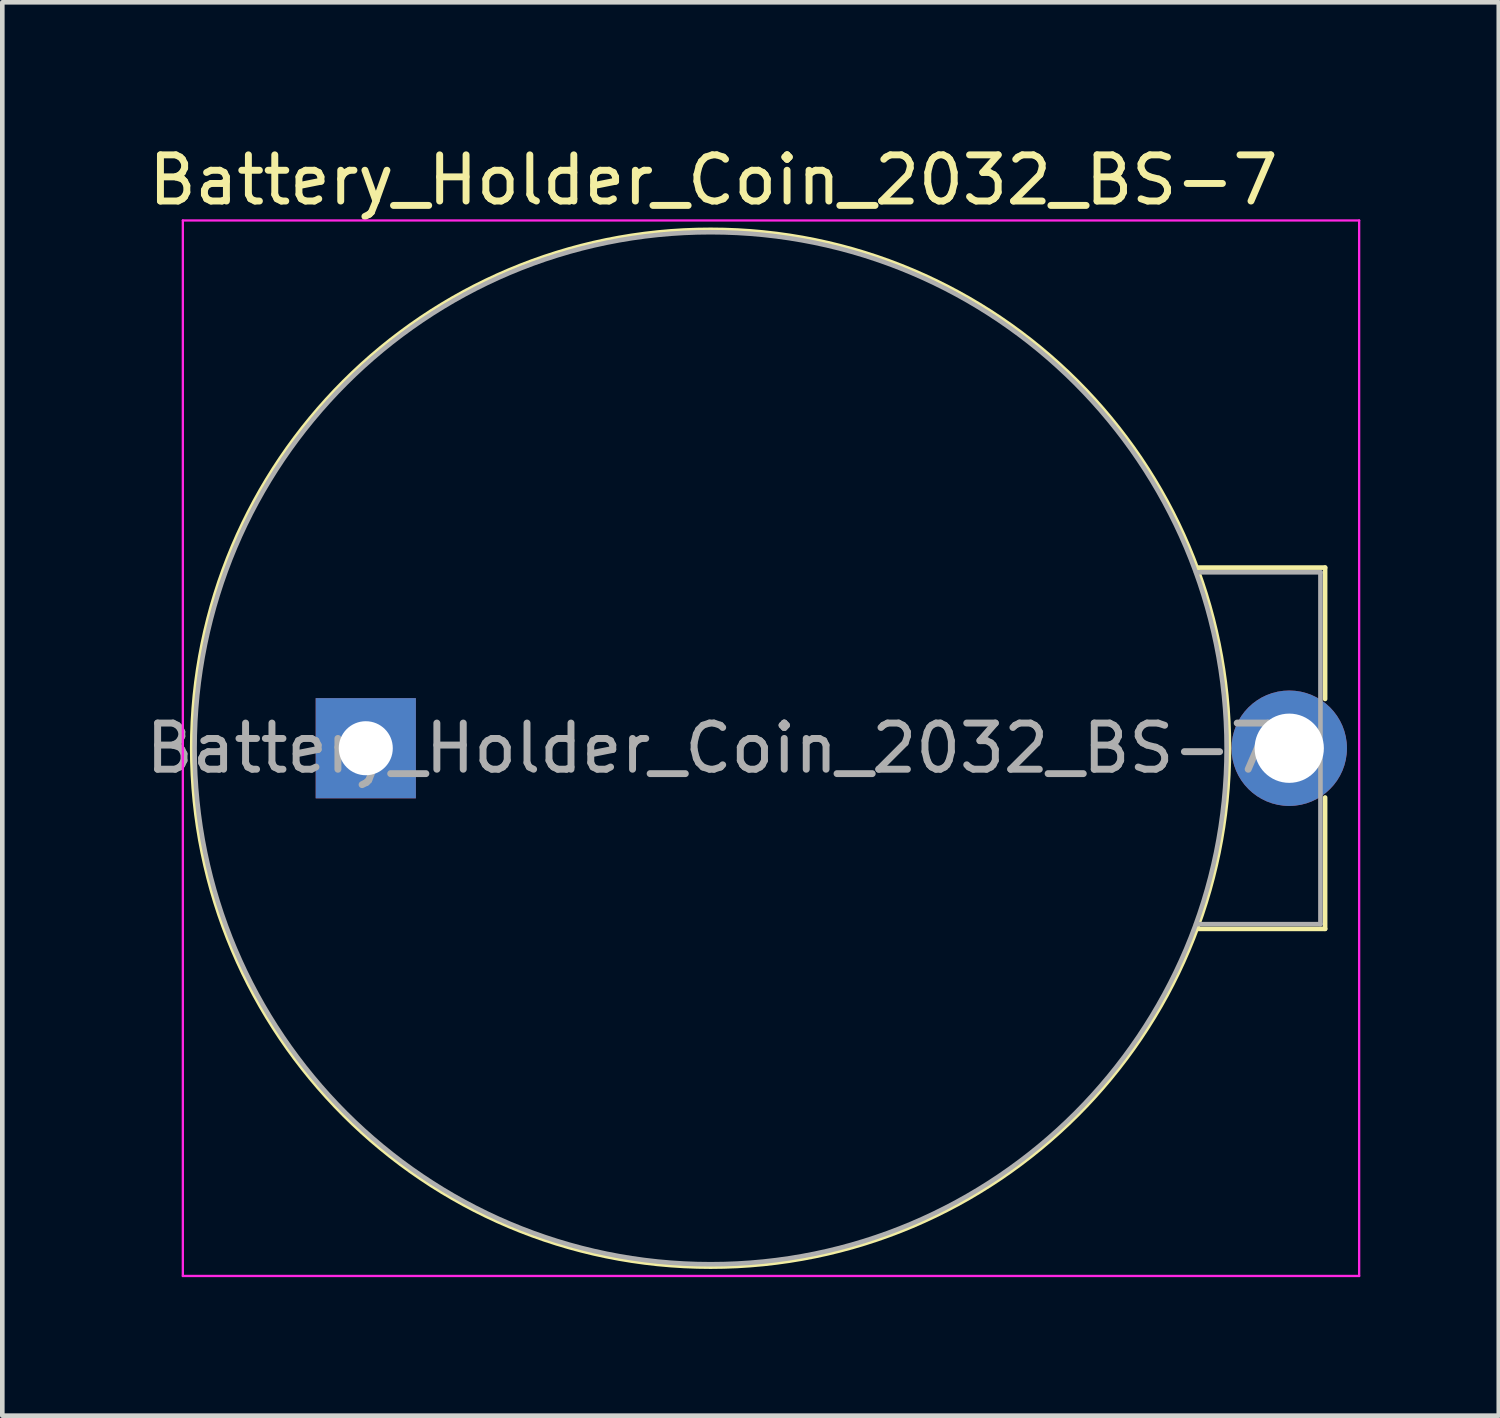
<source format=kicad_pcb>
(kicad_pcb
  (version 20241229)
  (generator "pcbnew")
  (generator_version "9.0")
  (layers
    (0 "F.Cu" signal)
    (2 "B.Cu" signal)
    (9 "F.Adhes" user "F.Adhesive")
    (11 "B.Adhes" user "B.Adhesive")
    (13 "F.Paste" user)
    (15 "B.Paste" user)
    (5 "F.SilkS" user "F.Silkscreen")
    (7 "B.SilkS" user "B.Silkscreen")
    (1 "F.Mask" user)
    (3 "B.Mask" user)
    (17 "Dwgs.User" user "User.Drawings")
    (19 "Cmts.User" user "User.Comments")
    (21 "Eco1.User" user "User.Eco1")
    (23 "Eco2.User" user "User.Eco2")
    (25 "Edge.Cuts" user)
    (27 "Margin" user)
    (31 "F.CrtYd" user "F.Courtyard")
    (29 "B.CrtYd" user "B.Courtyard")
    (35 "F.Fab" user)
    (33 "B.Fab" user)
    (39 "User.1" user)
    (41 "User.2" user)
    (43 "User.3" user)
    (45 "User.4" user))
  (footprint "Battery_Holder_Coin_2032_BS-7"
    (layer "F.Cu")
    (at 4.872 13.155)
    (property "Reference" "Battery_Holder_Coin_2032_BS-7" (at 7.529 -12.306 0) (layer "F.SilkS") (effects (font (size 1 1) (thickness 0.15))))
    (attr through_hole)
    (fp_line (start 18.034 -3.912) (end 20.777 -3.912) (stroke (width 0.1) (type solid)) (layer "F.SilkS"))
    (fp_line (start 18.034 3.912) (end 20.777 3.912) (stroke (width 0.1) (type solid)) (layer "F.SilkS"))
    (fp_line (start 20.777 -3.912) (end 20.777 -1.067) (stroke (width 0.1) (type solid)) (layer "F.SilkS"))
    (fp_line (start 20.777 3.912) (end 20.777 1.067) (stroke (width 0.1) (type solid)) (layer "F.SilkS"))
    (fp_circle (center 7.468 0) (end -3.759 0) (stroke (width 0.1) (type solid)) (fill no) (layer "F.SilkS"))
    (fp_line (start -3.962 -11.43) (end -3.962 11.43) (stroke (width 0.05) (type solid)) (layer "F.CrtYd"))
    (fp_line (start -3.962 -11.43) (end 21.514 -11.43) (stroke (width 0.05) (type solid)) (layer "F.CrtYd"))
    (fp_line (start -3.962 11.43) (end 21.514 11.43) (stroke (width 0.05) (type solid)) (layer "F.CrtYd"))
    (fp_line (start 21.514 -11.43) (end 21.514 11.43) (stroke (width 0.05) (type solid)) (layer "F.CrtYd"))
    (fp_line (start 17.983 -3.81) (end 20.676 -3.81) (stroke (width 0.1) (type solid)) (layer "F.Fab"))
    (fp_line (start 17.983 3.81) (end 20.676 3.81) (stroke (width 0.1) (type solid)) (layer "F.Fab"))
    (fp_line (start 20.676 -3.81) (end 20.676 3.81) (stroke (width 0.1) (type solid)) (layer "F.Fab"))
    (fp_circle (center 7.468 0) (end -3.708 0) (stroke (width 0.1) (type solid)) (fill no) (layer "F.Fab"))
    (fp_text user "${REFERENCE}" (at 7.468 0 0) (layer "F.Fab") (effects (font (size 1 1) (thickness 0.15))))
    (pad "1" thru_hole circle (at 20 0) (size 2.5 2.5) (drill 1.5) (layers "*.Cu" "*.Mask"))
    (pad "2" thru_hole rect (at 0 0) (size 2.17 2.17) (drill 1.17) (layers "*.Cu" "*.Mask")))
  (gr_rect
    (start -3 -3)
    (end 29.41 27.61)
    (stroke (width 0.1) (type default))
    (fill no)
    (layer "Edge.Cuts")))
</source>
